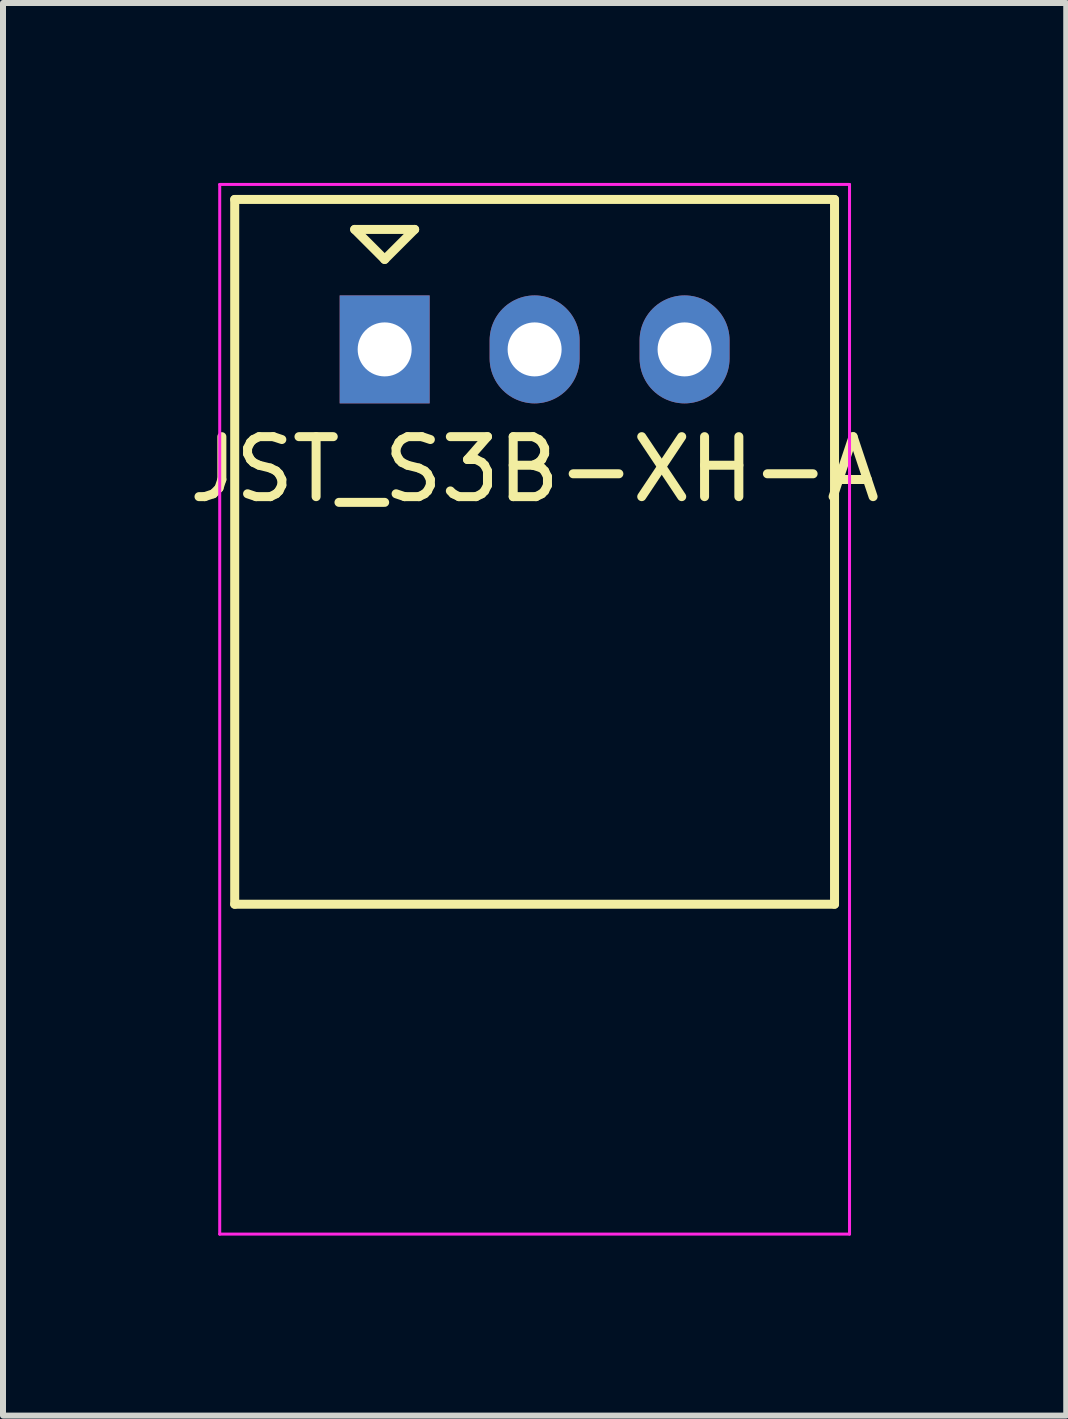
<source format=kicad_pcb>
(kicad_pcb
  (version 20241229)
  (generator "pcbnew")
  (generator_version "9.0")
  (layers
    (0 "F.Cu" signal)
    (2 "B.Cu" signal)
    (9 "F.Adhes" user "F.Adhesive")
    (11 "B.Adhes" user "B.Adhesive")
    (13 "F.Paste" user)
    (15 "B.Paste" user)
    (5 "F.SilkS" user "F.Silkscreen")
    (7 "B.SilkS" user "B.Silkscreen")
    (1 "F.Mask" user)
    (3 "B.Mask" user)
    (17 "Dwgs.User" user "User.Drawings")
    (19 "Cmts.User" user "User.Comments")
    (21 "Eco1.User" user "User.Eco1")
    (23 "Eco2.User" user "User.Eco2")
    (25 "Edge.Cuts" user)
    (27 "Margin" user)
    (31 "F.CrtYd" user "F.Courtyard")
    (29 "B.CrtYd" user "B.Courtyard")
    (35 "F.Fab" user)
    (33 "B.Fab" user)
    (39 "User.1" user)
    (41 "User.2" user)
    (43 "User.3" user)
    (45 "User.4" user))
  (footprint "JST_S3B-XH-A"
    (layer "F.Cu")
    (at 5.863 2.775)
    (property "Reference" "JST_S3B-XH-A" (at 0 2 0) (layer "F.SilkS") (effects (font (size 1 1) (thickness 0.15))))
    (attr through_hole)
    (fp_line (start -5 -2.5) (end 5 -2.5) (stroke (width 0.15) (type solid)) (layer "F.SilkS"))
    (fp_line (start -5 9.25) (end -5 -2.5) (stroke (width 0.15) (type solid)) (layer "F.SilkS"))
    (fp_line (start -3 -2) (end -2.5 -1.5) (stroke (width 0.15) (type solid)) (layer "F.SilkS"))
    (fp_line (start -2.5 -1.5) (end -2 -2) (stroke (width 0.15) (type solid)) (layer "F.SilkS"))
    (fp_line (start -2 -2) (end -3 -2) (stroke (width 0.15) (type solid)) (layer "F.SilkS"))
    (fp_line (start 5 -2.5) (end 5 9.25) (stroke (width 0.15) (type solid)) (layer "F.SilkS"))
    (fp_line (start 5 9.25) (end -5 9.25) (stroke (width 0.15) (type solid)) (layer "F.SilkS"))
    (fp_line (start -5.25 -2.75) (end -5.25 14.75) (stroke (width 0.05) (type solid)) (layer "F.CrtYd"))
    (fp_line (start -5.25 14.75) (end 5.25 14.75) (stroke (width 0.05) (type solid)) (layer "F.CrtYd"))
    (fp_line (start 5.25 -2.75) (end -5.25 -2.75) (stroke (width 0.05) (type solid)) (layer "F.CrtYd"))
    (fp_line (start 5.25 14.75) (end 5.25 -2.75) (stroke (width 0.05) (type solid)) (layer "F.CrtYd"))
    (pad "1" thru_hole rect (at -2.5 0) (size 1.5 1.8) (drill 0.9) (layers "*.Cu" "*.Mask"))
    (pad "2" thru_hole oval (at 0 0) (size 1.5 1.8) (drill 0.9) (layers "*.Cu" "*.Mask"))
    (pad "3" thru_hole oval (at 2.5 0) (size 1.5 1.8) (drill 0.9) (layers "*.Cu" "*.Mask")))
  (gr_rect
    (start -3 -3)
    (end 14.726 20.55)
    (stroke (width 0.1) (type default))
    (fill no)
    (layer "Edge.Cuts")))
</source>
